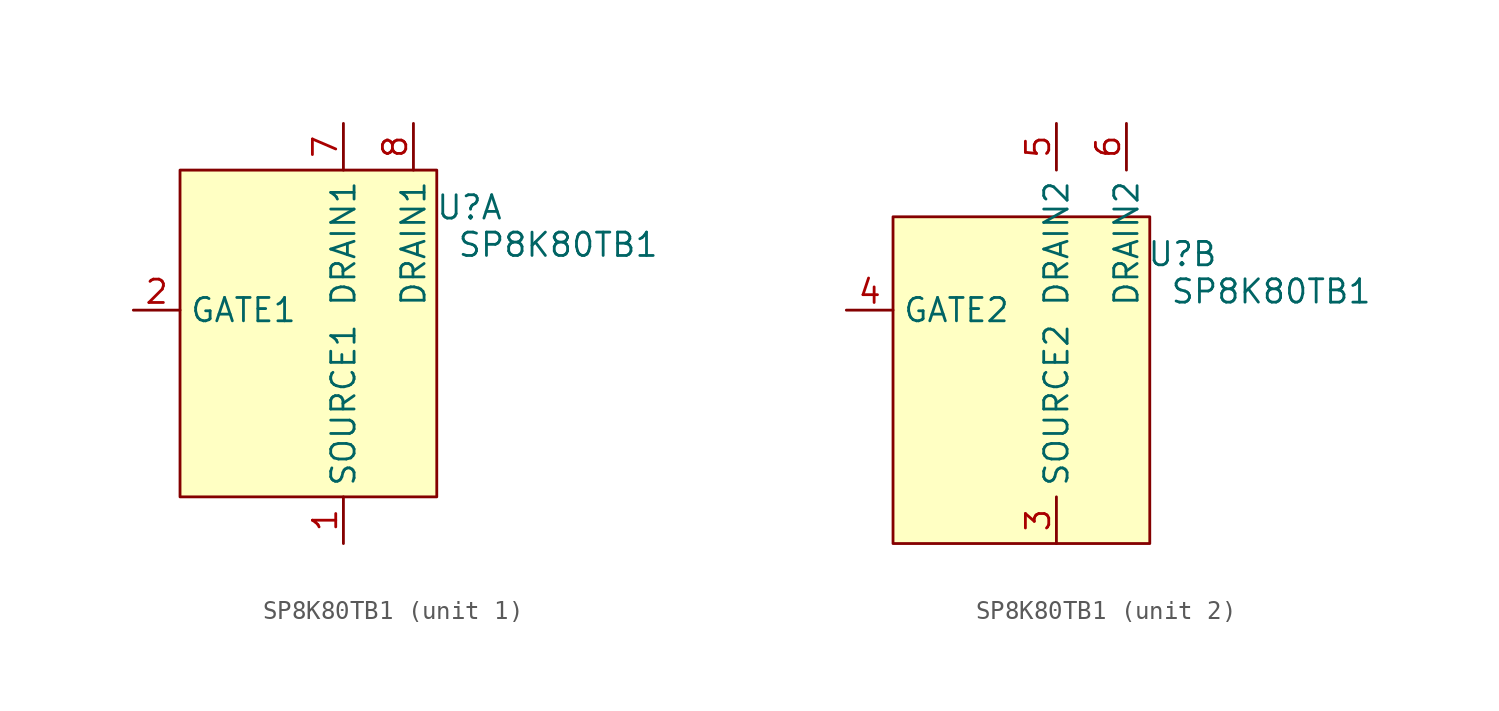
<source format=kicad_sym>
(kicad_symbol_lib
  (version 20241209)
  (generator "kicad_symbol_editor")
  (generator_version "9.0")
  (symbol "SP8K80TB1"
    (property "Reference" "U"
      (at 5.588 -7.112 0)
      (effects (font (size 1.27 1.27))))
    (property "Value" "SP8K80TB1"
      (at 10.414 -9.144 0)
      (effects (font (size 1.27 1.27))))
    (property "ki_locked" ""
      (at 0 0 0)
      (effects (font (size 1.27 1.27))))
    (symbol "SP8K80TB1_0_1"
      (rectangle (start -10.16 -5.08) (end 3.81 -22.86) (stroke (width 0) (type solid)) (fill (type color) (color 255 255 195 1))))
    (symbol "SP8K80TB1_1_1"
      (pin input line (at -12.7 -12.7 0) (length 2.54) (name "GATE1" (effects (font (size 1.27 1.27)))) (number "2" (effects (font (size 1.27 1.27)))))
      (pin input line (at -1.27 -2.54 270) (length 2.54) (name "DRAIN1" (effects (font (size 1.27 1.27)))) (number "7" (effects (font (size 1.27 1.27)))))
      (pin input line (at -1.27 -25.4 90) (length 2.54) (name "SOURCE1" (effects (font (size 1.27 1.27)))) (number "1" (effects (font (size 1.27 1.27)))))
      (pin input line (at 2.54 -2.54 270) (length 2.54) (name "DRAIN1" (effects (font (size 1.27 1.27)))) (number "8" (effects (font (size 1.27 1.27))))))
    (symbol "SP8K80TB1_2_0"
      (pin input line (at -1.27 0 270) (length 2.54) (name "DRAIN2" (effects (font (size 1.27 1.27)))) (number "5" (effects (font (size 1.27 1.27))))))
    (symbol "SP8K80TB1_2_1"
      (pin input line (at -12.7 -10.16 0) (length 2.54) (name "GATE2" (effects (font (size 1.27 1.27)))) (number "4" (effects (font (size 1.27 1.27)))))
      (pin input line (at -1.27 -22.86 90) (length 2.54) (name "SOURCE2" (effects (font (size 1.27 1.27)))) (number "3" (effects (font (size 1.27 1.27)))))
      (pin input line (at 2.54 0 270) (length 2.54) (name "DRAIN2" (effects (font (size 1.27 1.27)))) (number "6" (effects (font (size 1.27 1.27))))))))
</source>
